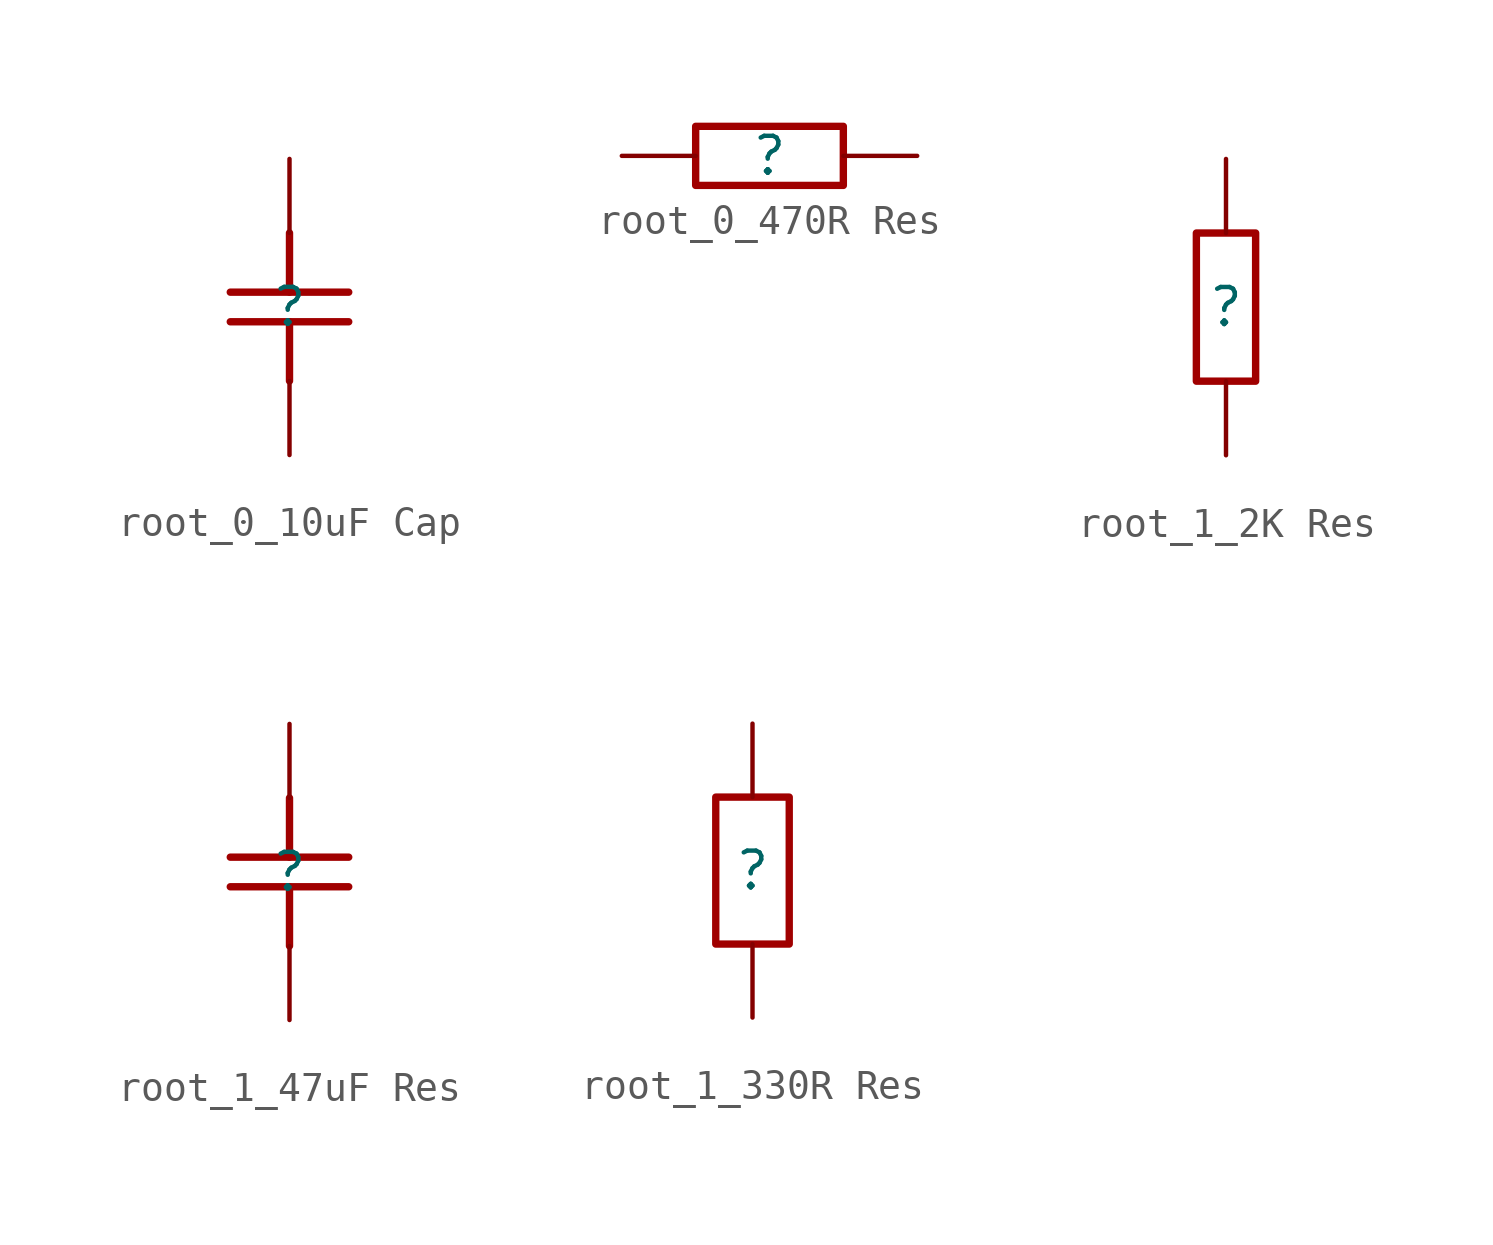
<source format=kicad_sym>
(kicad_symbol_lib
  (version 20231120)
  (generator "kicad_symbol_editor")
  (generator_version "8.0")
  (symbol "root_0_10uF Cap"
    (property "Reference" ""
      (at 0 0 0)
      (effects (font (size 1.27 1.27))))
    (property "Value" ""
      (at 0 0 0)
      (effects (font (size 1.27 1.27))))
    (symbol "root_0_10uF Cap_1_0"
      (polyline (pts (xy -2.032 0.508) (xy 2.032 0.508)) (stroke (width 0.254) (type solid) (color 160 0 0 1)) (fill (type none)))
      (polyline (pts (xy 0 -0.508) (xy 0 -2.54)) (stroke (width 0.254) (type solid) (color 160 0 0 1)) (fill (type none)))
      (polyline (pts (xy 0 2.54) (xy 0 0.508)) (stroke (width 0.254) (type solid) (color 160 0 0 1)) (fill (type none)))
      (polyline (pts (xy 2.032 -0.508) (xy -2.032 -0.508)) (stroke (width 0.254) (type solid) (color 160 0 0 1)) (fill (type none)))
      (pin passive line (at 0 -5.08 90) (length 2.54) (name "1" (effects (font (size 0 0)))) (number "1" (effects (font (size 0 0)))))
      (pin passive line (at 0 5.08 270) (length 2.54) (name "2" (effects (font (size 0 0)))) (number "2" (effects (font (size 0 0)))))))
  (symbol "root_0_470R Res"
    (property "Reference" ""
      (at 0 0 0)
      (effects (font (size 1.27 1.27))))
    (property "Value" ""
      (at 0 0 0)
      (effects (font (size 1.27 1.27))))
    (symbol "root_0_470R Res_1_0"
      (rectangle (start -2.54 1.016) (end 2.54 -1.016) (stroke (width 0.254) (type solid) (color 160 0 0 1)) (fill (type none)))
      (pin passive line (at -5.08 0 0) (length 2.54) (name "1" (effects (font (size 0 0)))) (number "1" (effects (font (size 0 0)))))
      (pin passive line (at 5.08 0 180) (length 2.54) (name "2" (effects (font (size 0 0)))) (number "2" (effects (font (size 0 0)))))))
  (symbol "root_1_2K Res"
    (property "Reference" ""
      (at 0 0 0)
      (effects (font (size 1.27 1.27))))
    (property "Value" ""
      (at 0 0 0)
      (effects (font (size 1.27 1.27))))
    (symbol "root_1_2K Res_1_0"
      (rectangle (start -1.016 2.54) (end 1.016 -2.54) (stroke (width 0.254) (type solid) (color 160 0 0 1)) (fill (type none)))
      (pin passive line (at 0 -5.08 90) (length 2.54) (name "1" (effects (font (size 0 0)))) (number "1" (effects (font (size 0 0)))))
      (pin passive line (at 0 5.08 270) (length 2.54) (name "2" (effects (font (size 0 0)))) (number "2" (effects (font (size 0 0)))))))
  (symbol "root_1_47uF Res"
    (property "Reference" ""
      (at 0 0 0)
      (effects (font (size 1.27 1.27))))
    (property "Value" ""
      (at 0 0 0)
      (effects (font (size 1.27 1.27))))
    (symbol "root_1_47uF Res_1_0"
      (polyline (pts (xy -2.032 0.508) (xy 2.032 0.508)) (stroke (width 0.254) (type solid) (color 160 0 0 1)) (fill (type none)))
      (polyline (pts (xy 0 -0.508) (xy 0 -2.54)) (stroke (width 0.254) (type solid) (color 160 0 0 1)) (fill (type none)))
      (polyline (pts (xy 0 2.54) (xy 0 0.508)) (stroke (width 0.254) (type solid) (color 160 0 0 1)) (fill (type none)))
      (polyline (pts (xy 2.032 -0.508) (xy -2.032 -0.508)) (stroke (width 0.254) (type solid) (color 160 0 0 1)) (fill (type none)))
      (pin passive line (at 0 -5.08 90) (length 2.54) (name "1" (effects (font (size 0 0)))) (number "1" (effects (font (size 0 0)))))
      (pin passive line (at 0 5.08 270) (length 2.54) (name "2" (effects (font (size 0 0)))) (number "2" (effects (font (size 0 0)))))))
  (symbol "root_1_330R Res"
    (property "Reference" ""
      (at 0 0 0)
      (effects (font (size 1.27 1.27))))
    (property "Value" ""
      (at 0 0 0)
      (effects (font (size 1.27 1.27))))
    (symbol "root_1_330R Res_1_0"
      (rectangle (start -1.27 2.54) (end 1.27 -2.54) (stroke (width 0.254) (type solid) (color 160 0 0 1)) (fill (type none)))
      (pin passive line (at 0 -5.08 90) (length 2.54) (name "1" (effects (font (size 0 0)))) (number "1" (effects (font (size 0 0)))))
      (pin passive line (at 0 5.08 270) (length 2.54) (name "2" (effects (font (size 0 0)))) (number "2" (effects (font (size 0 0))))))))
</source>
